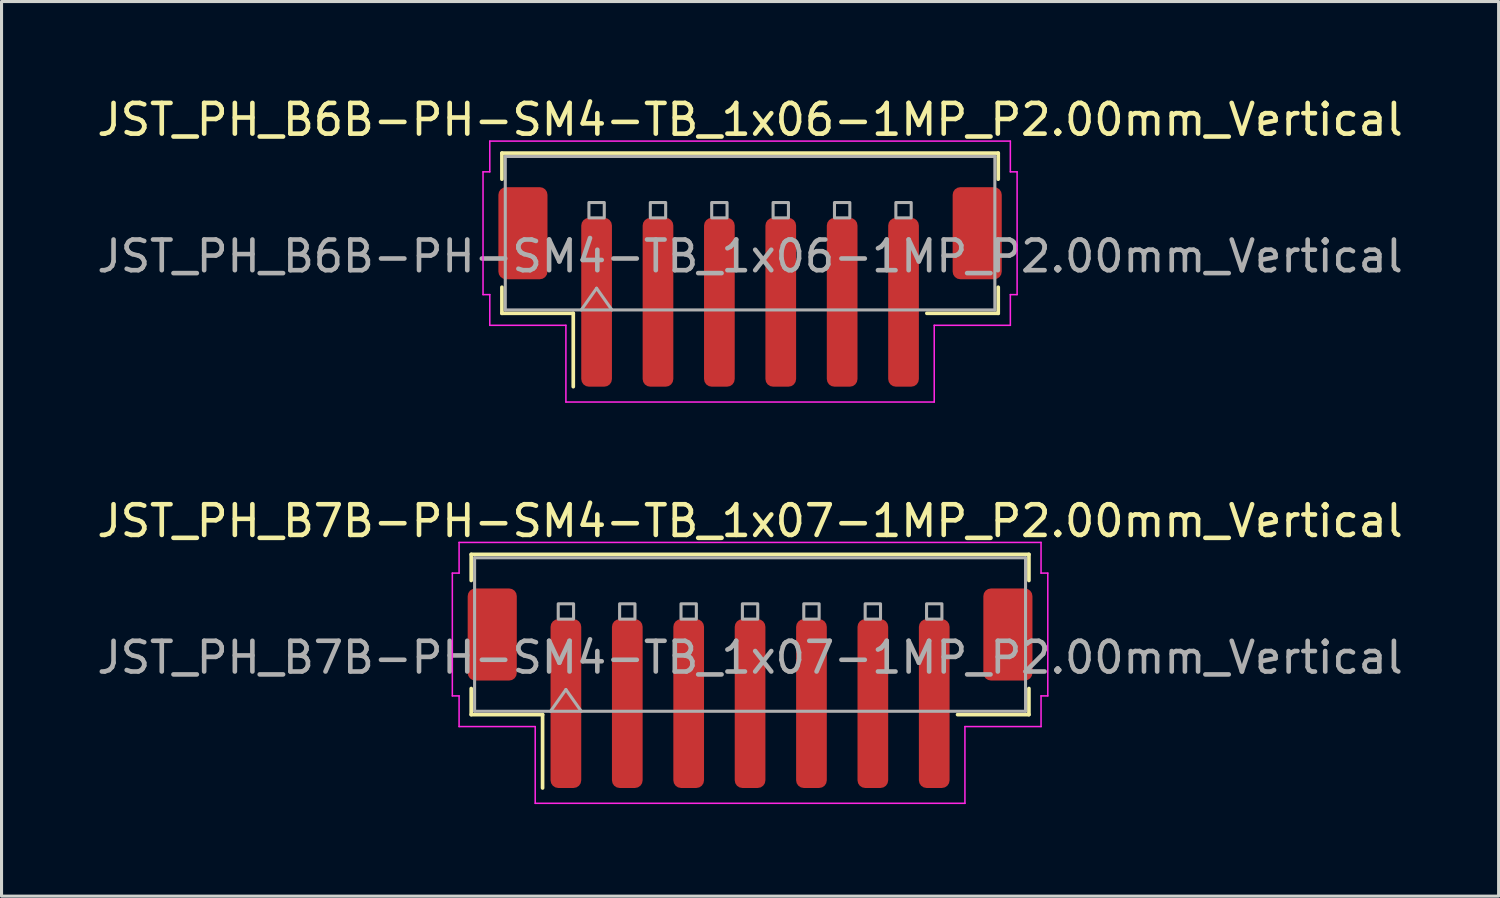
<source format=kicad_pcb>
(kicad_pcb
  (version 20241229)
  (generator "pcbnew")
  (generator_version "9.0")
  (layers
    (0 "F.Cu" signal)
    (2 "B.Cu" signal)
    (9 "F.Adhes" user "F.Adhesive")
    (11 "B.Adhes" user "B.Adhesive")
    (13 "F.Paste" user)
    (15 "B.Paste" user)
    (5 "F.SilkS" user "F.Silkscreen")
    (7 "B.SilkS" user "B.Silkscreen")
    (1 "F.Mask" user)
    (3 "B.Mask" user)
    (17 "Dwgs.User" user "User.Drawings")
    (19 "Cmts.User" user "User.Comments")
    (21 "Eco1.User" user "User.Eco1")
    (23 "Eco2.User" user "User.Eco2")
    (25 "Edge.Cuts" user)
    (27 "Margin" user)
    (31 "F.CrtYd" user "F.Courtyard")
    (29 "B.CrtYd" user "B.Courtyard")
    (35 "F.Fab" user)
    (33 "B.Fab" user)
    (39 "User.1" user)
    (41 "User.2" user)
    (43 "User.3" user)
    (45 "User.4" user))
  (footprint "JST_PH_B7B-PH-SM4-TB_1x07-1MP_P2.00mm_Vertical"
    (layer "F.Cu")
    (at 21.387 19.372)
    (property "Reference" "JST_PH_B7B-PH-SM4-TB_1x07-1MP_P2.00mm_Vertical" (at 0 -5.45 0) (layer "F.SilkS") (effects (font (size 1 1) (thickness 0.15))))
    (attr smd)
    (fp_line (start -9.085 -4.36) (end 9.085 -4.36) (stroke (width 0.12) (type solid)) (layer "F.SilkS"))
    (fp_line (start -9.085 -3.51) (end -9.085 -4.36) (stroke (width 0.12) (type solid)) (layer "F.SilkS"))
    (fp_line (start -9.085 0.01) (end -9.085 0.86) (stroke (width 0.12) (type solid)) (layer "F.SilkS"))
    (fp_line (start -9.085 0.86) (end -6.76 0.86) (stroke (width 0.12) (type solid)) (layer "F.SilkS"))
    (fp_line (start -6.76 0.86) (end -6.76 3.25) (stroke (width 0.12) (type solid)) (layer "F.SilkS"))
    (fp_line (start 9.085 -4.36) (end 9.085 -3.51) (stroke (width 0.12) (type solid)) (layer "F.SilkS"))
    (fp_line (start 9.085 0.01) (end 9.085 0.86) (stroke (width 0.12) (type solid)) (layer "F.SilkS"))
    (fp_line (start 9.085 0.86) (end 6.76 0.86) (stroke (width 0.12) (type solid)) (layer "F.SilkS"))
    (fp_line (start -9.7 -3.75) (end -9.48 -3.75) (stroke (width 0.05) (type solid)) (layer "F.CrtYd"))
    (fp_line (start -9.7 0.25) (end -9.7 -3.75) (stroke (width 0.05) (type solid)) (layer "F.CrtYd"))
    (fp_line (start -9.48 -4.75) (end 9.48 -4.75) (stroke (width 0.05) (type solid)) (layer "F.CrtYd"))
    (fp_line (start -9.48 -3.75) (end -9.48 -4.75) (stroke (width 0.05) (type solid)) (layer "F.CrtYd"))
    (fp_line (start -9.48 0.25) (end -9.7 0.25) (stroke (width 0.05) (type solid)) (layer "F.CrtYd"))
    (fp_line (start -9.48 1.25) (end -9.48 0.25) (stroke (width 0.05) (type solid)) (layer "F.CrtYd"))
    (fp_line (start -7 1.25) (end -9.48 1.25) (stroke (width 0.05) (type solid)) (layer "F.CrtYd"))
    (fp_line (start -7 3.75) (end -7 1.25) (stroke (width 0.05) (type solid)) (layer "F.CrtYd"))
    (fp_line (start 7 1.25) (end 7 3.75) (stroke (width 0.05) (type solid)) (layer "F.CrtYd"))
    (fp_line (start 7 3.75) (end -7 3.75) (stroke (width 0.05) (type solid)) (layer "F.CrtYd"))
    (fp_line (start 9.48 -4.75) (end 9.48 -3.75) (stroke (width 0.05) (type solid)) (layer "F.CrtYd"))
    (fp_line (start 9.48 -3.75) (end 9.7 -3.75) (stroke (width 0.05) (type solid)) (layer "F.CrtYd"))
    (fp_line (start 9.48 0.25) (end 9.48 1.25) (stroke (width 0.05) (type solid)) (layer "F.CrtYd"))
    (fp_line (start 9.48 1.25) (end 7 1.25) (stroke (width 0.05) (type solid)) (layer "F.CrtYd"))
    (fp_line (start 9.7 -3.75) (end 9.7 0.25) (stroke (width 0.05) (type solid)) (layer "F.CrtYd"))
    (fp_line (start 9.7 0.25) (end 9.48 0.25) (stroke (width 0.05) (type solid)) (layer "F.CrtYd"))
    (fp_line (start -8.975 -4.25) (end 8.975 -4.25) (stroke (width 0.1) (type solid)) (layer "F.Fab"))
    (fp_line (start -8.975 0.75) (end -8.975 -4.25) (stroke (width 0.1) (type solid)) (layer "F.Fab"))
    (fp_line (start -8.975 0.75) (end 8.975 0.75) (stroke (width 0.1) (type solid)) (layer "F.Fab"))
    (fp_line (start -6.5 0.75) (end -6 0.043) (stroke (width 0.1) (type solid)) (layer "F.Fab"))
    (fp_line (start -6 0.043) (end -5.5 0.75) (stroke (width 0.1) (type solid)) (layer "F.Fab"))
    (fp_line (start 8.975 0.75) (end 8.975 -4.25) (stroke (width 0.1) (type solid)) (layer "F.Fab"))
    (fp_rect (start -6.25 -2.75) (end -5.75 -2.25) (stroke (width 0.1) (type solid)) (fill no) (layer "F.Fab"))
    (fp_rect (start -4.25 -2.75) (end -3.75 -2.25) (stroke (width 0.1) (type solid)) (fill no) (layer "F.Fab"))
    (fp_rect (start -2.25 -2.75) (end -1.75 -2.25) (stroke (width 0.1) (type solid)) (fill no) (layer "F.Fab"))
    (fp_rect (start -0.25 -2.75) (end 0.25 -2.25) (stroke (width 0.1) (type solid)) (fill no) (layer "F.Fab"))
    (fp_rect (start 1.75 -2.75) (end 2.25 -2.25) (stroke (width 0.1) (type solid)) (fill no) (layer "F.Fab"))
    (fp_rect (start 3.75 -2.75) (end 4.25 -2.25) (stroke (width 0.1) (type solid)) (fill no) (layer "F.Fab"))
    (fp_rect (start 5.75 -2.75) (end 6.25 -2.25) (stroke (width 0.1) (type solid)) (fill no) (layer "F.Fab"))
    (fp_text user "${REFERENCE}" (at 0 -1 0) (layer "F.Fab") (effects (font (size 1 1) (thickness 0.15))))
    (pad "1" smd roundrect (at -6 0.5) (size 1 5.5) (layers "F.Cu" "F.Mask" "F.Paste") (roundrect_rratio 0.25))
    (pad "2" smd roundrect (at -4 0.5) (size 1 5.5) (layers "F.Cu" "F.Mask" "F.Paste") (roundrect_rratio 0.25))
    (pad "3" smd roundrect (at -2 0.5) (size 1 5.5) (layers "F.Cu" "F.Mask" "F.Paste") (roundrect_rratio 0.25))
    (pad "4" smd roundrect (at 0 0.5) (size 1 5.5) (layers "F.Cu" "F.Mask" "F.Paste") (roundrect_rratio 0.25))
    (pad "5" smd roundrect (at 2 0.5) (size 1 5.5) (layers "F.Cu" "F.Mask" "F.Paste") (roundrect_rratio 0.25))
    (pad "6" smd roundrect (at 4 0.5) (size 1 5.5) (layers "F.Cu" "F.Mask" "F.Paste") (roundrect_rratio 0.25))
    (pad "7" smd roundrect (at 6 0.5) (size 1 5.5) (layers "F.Cu" "F.Mask" "F.Paste") (roundrect_rratio 0.25))
    (pad "MP" smd roundrect (at -8.4 -1.75) (size 1.6 3) (layers "F.Cu" "F.Mask" "F.Paste") (roundrect_rratio 0.156))
    (pad "MP" smd roundrect (at 8.4 -1.75) (size 1.6 3) (layers "F.Cu" "F.Mask" "F.Paste") (roundrect_rratio 0.156)))
  (footprint "JST_PH_B6B-PH-SM4-TB_1x06-1MP_P2.00mm_Vertical"
    (layer "F.Cu")
    (at 21.387 6.298)
    (property "Reference" "JST_PH_B6B-PH-SM4-TB_1x06-1MP_P2.00mm_Vertical" (at 0 -5.45 0) (layer "F.SilkS") (effects (font (size 1 1) (thickness 0.15))))
    (attr smd)
    (fp_line (start -8.085 -4.36) (end 8.085 -4.36) (stroke (width 0.12) (type solid)) (layer "F.SilkS"))
    (fp_line (start -8.085 -3.51) (end -8.085 -4.36) (stroke (width 0.12) (type solid)) (layer "F.SilkS"))
    (fp_line (start -8.085 0.01) (end -8.085 0.86) (stroke (width 0.12) (type solid)) (layer "F.SilkS"))
    (fp_line (start -8.085 0.86) (end -5.76 0.86) (stroke (width 0.12) (type solid)) (layer "F.SilkS"))
    (fp_line (start -5.76 0.86) (end -5.76 3.25) (stroke (width 0.12) (type solid)) (layer "F.SilkS"))
    (fp_line (start 8.085 -4.36) (end 8.085 -3.51) (stroke (width 0.12) (type solid)) (layer "F.SilkS"))
    (fp_line (start 8.085 0.01) (end 8.085 0.86) (stroke (width 0.12) (type solid)) (layer "F.SilkS"))
    (fp_line (start 8.085 0.86) (end 5.76 0.86) (stroke (width 0.12) (type solid)) (layer "F.SilkS"))
    (fp_line (start -8.7 -3.75) (end -8.48 -3.75) (stroke (width 0.05) (type solid)) (layer "F.CrtYd"))
    (fp_line (start -8.7 0.25) (end -8.7 -3.75) (stroke (width 0.05) (type solid)) (layer "F.CrtYd"))
    (fp_line (start -8.48 -4.75) (end 8.48 -4.75) (stroke (width 0.05) (type solid)) (layer "F.CrtYd"))
    (fp_line (start -8.48 -3.75) (end -8.48 -4.75) (stroke (width 0.05) (type solid)) (layer "F.CrtYd"))
    (fp_line (start -8.48 0.25) (end -8.7 0.25) (stroke (width 0.05) (type solid)) (layer "F.CrtYd"))
    (fp_line (start -8.48 1.25) (end -8.48 0.25) (stroke (width 0.05) (type solid)) (layer "F.CrtYd"))
    (fp_line (start -6 1.25) (end -8.48 1.25) (stroke (width 0.05) (type solid)) (layer "F.CrtYd"))
    (fp_line (start -6 3.75) (end -6 1.25) (stroke (width 0.05) (type solid)) (layer "F.CrtYd"))
    (fp_line (start 6 1.25) (end 6 3.75) (stroke (width 0.05) (type solid)) (layer "F.CrtYd"))
    (fp_line (start 6 3.75) (end -6 3.75) (stroke (width 0.05) (type solid)) (layer "F.CrtYd"))
    (fp_line (start 8.48 -4.75) (end 8.48 -3.75) (stroke (width 0.05) (type solid)) (layer "F.CrtYd"))
    (fp_line (start 8.48 -3.75) (end 8.7 -3.75) (stroke (width 0.05) (type solid)) (layer "F.CrtYd"))
    (fp_line (start 8.48 0.25) (end 8.48 1.25) (stroke (width 0.05) (type solid)) (layer "F.CrtYd"))
    (fp_line (start 8.48 1.25) (end 6 1.25) (stroke (width 0.05) (type solid)) (layer "F.CrtYd"))
    (fp_line (start 8.7 -3.75) (end 8.7 0.25) (stroke (width 0.05) (type solid)) (layer "F.CrtYd"))
    (fp_line (start 8.7 0.25) (end 8.48 0.25) (stroke (width 0.05) (type solid)) (layer "F.CrtYd"))
    (fp_line (start -7.975 -4.25) (end 7.975 -4.25) (stroke (width 0.1) (type solid)) (layer "F.Fab"))
    (fp_line (start -7.975 0.75) (end -7.975 -4.25) (stroke (width 0.1) (type solid)) (layer "F.Fab"))
    (fp_line (start -7.975 0.75) (end 7.975 0.75) (stroke (width 0.1) (type solid)) (layer "F.Fab"))
    (fp_line (start -5.5 0.75) (end -5 0.043) (stroke (width 0.1) (type solid)) (layer "F.Fab"))
    (fp_line (start -5 0.043) (end -4.5 0.75) (stroke (width 0.1) (type solid)) (layer "F.Fab"))
    (fp_line (start 7.975 0.75) (end 7.975 -4.25) (stroke (width 0.1) (type solid)) (layer "F.Fab"))
    (fp_rect (start -5.25 -2.75) (end -4.75 -2.25) (stroke (width 0.1) (type solid)) (fill no) (layer "F.Fab"))
    (fp_rect (start -3.25 -2.75) (end -2.75 -2.25) (stroke (width 0.1) (type solid)) (fill no) (layer "F.Fab"))
    (fp_rect (start -1.25 -2.75) (end -0.75 -2.25) (stroke (width 0.1) (type solid)) (fill no) (layer "F.Fab"))
    (fp_rect (start 0.75 -2.75) (end 1.25 -2.25) (stroke (width 0.1) (type solid)) (fill no) (layer "F.Fab"))
    (fp_rect (start 2.75 -2.75) (end 3.25 -2.25) (stroke (width 0.1) (type solid)) (fill no) (layer "F.Fab"))
    (fp_rect (start 4.75 -2.75) (end 5.25 -2.25) (stroke (width 0.1) (type solid)) (fill no) (layer "F.Fab"))
    (fp_text user "${REFERENCE}" (at 0 -1 0) (layer "F.Fab") (effects (font (size 1 1) (thickness 0.15))))
    (pad "1" smd roundrect (at -5 0.5) (size 1 5.5) (layers "F.Cu" "F.Mask" "F.Paste") (roundrect_rratio 0.25))
    (pad "2" smd roundrect (at -3 0.5) (size 1 5.5) (layers "F.Cu" "F.Mask" "F.Paste") (roundrect_rratio 0.25))
    (pad "3" smd roundrect (at -1 0.5) (size 1 5.5) (layers "F.Cu" "F.Mask" "F.Paste") (roundrect_rratio 0.25))
    (pad "4" smd roundrect (at 1 0.5) (size 1 5.5) (layers "F.Cu" "F.Mask" "F.Paste") (roundrect_rratio 0.25))
    (pad "5" smd roundrect (at 3 0.5) (size 1 5.5) (layers "F.Cu" "F.Mask" "F.Paste") (roundrect_rratio 0.25))
    (pad "6" smd roundrect (at 5 0.5) (size 1 5.5) (layers "F.Cu" "F.Mask" "F.Paste") (roundrect_rratio 0.25))
    (pad "MP" smd roundrect (at -7.4 -1.75) (size 1.6 3) (layers "F.Cu" "F.Mask" "F.Paste") (roundrect_rratio 0.156))
    (pad "MP" smd roundrect (at 7.4 -1.75) (size 1.6 3) (layers "F.Cu" "F.Mask" "F.Paste") (roundrect_rratio 0.156)))
  (gr_rect
    (start -3 -3)
    (end 45.774 26.146)
    (stroke (width 0.1) (type default))
    (fill no)
    (layer "Edge.Cuts")))
</source>
